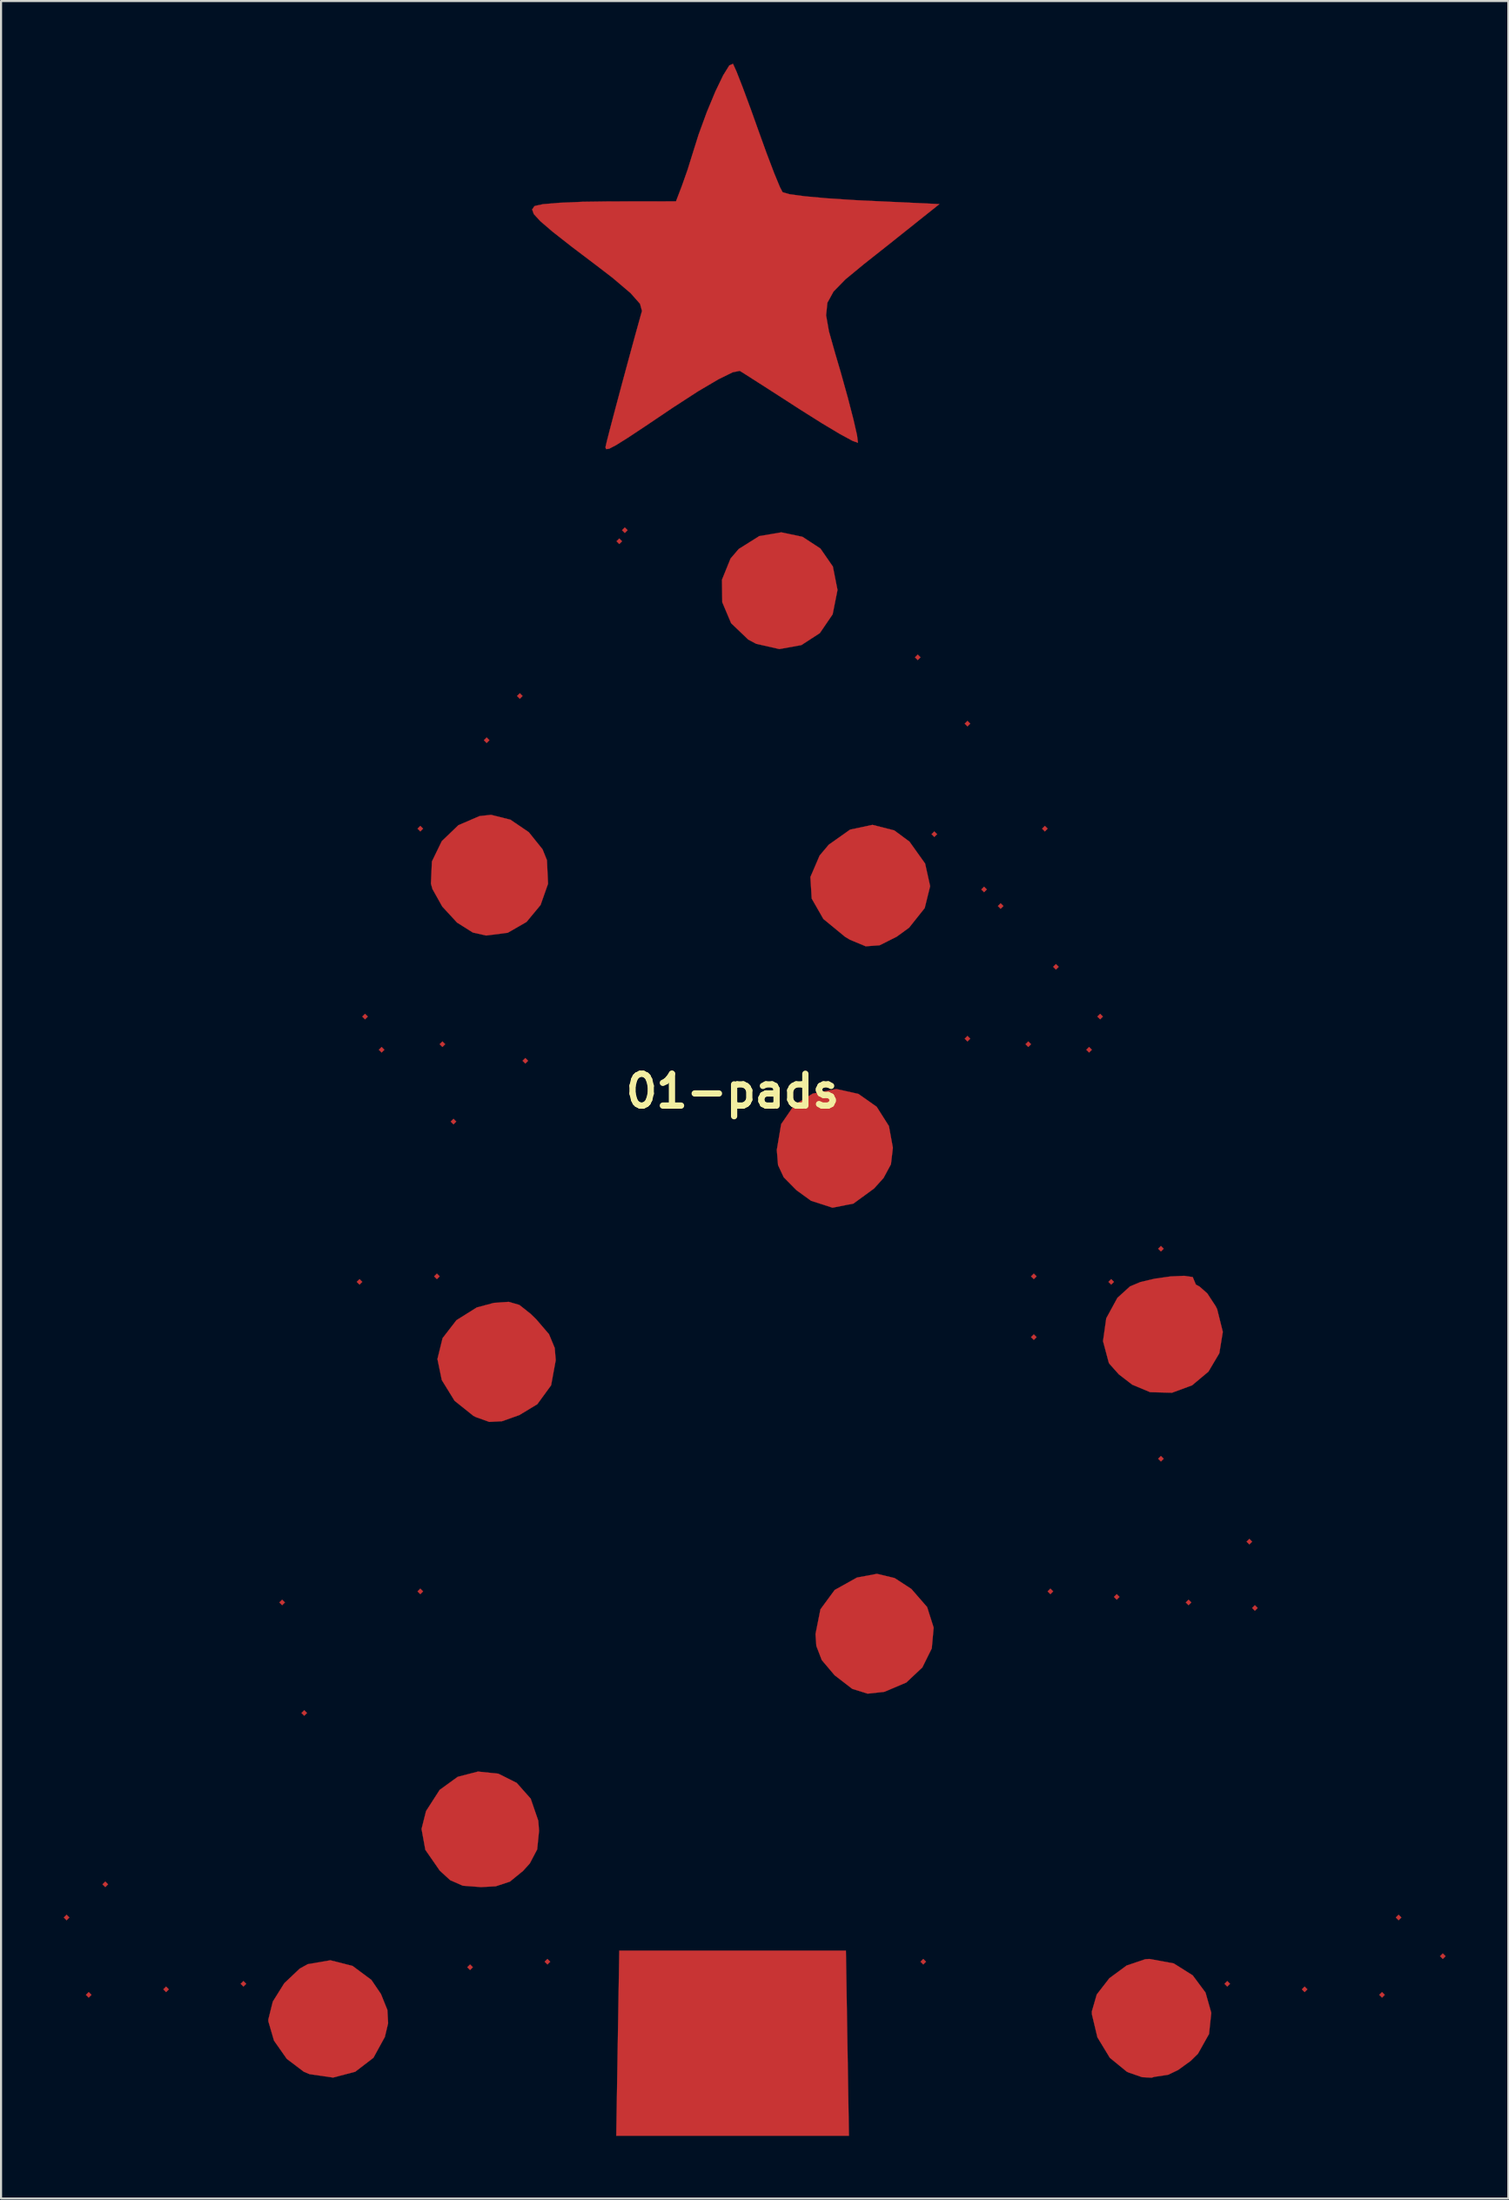
<source format=kicad_pcb>
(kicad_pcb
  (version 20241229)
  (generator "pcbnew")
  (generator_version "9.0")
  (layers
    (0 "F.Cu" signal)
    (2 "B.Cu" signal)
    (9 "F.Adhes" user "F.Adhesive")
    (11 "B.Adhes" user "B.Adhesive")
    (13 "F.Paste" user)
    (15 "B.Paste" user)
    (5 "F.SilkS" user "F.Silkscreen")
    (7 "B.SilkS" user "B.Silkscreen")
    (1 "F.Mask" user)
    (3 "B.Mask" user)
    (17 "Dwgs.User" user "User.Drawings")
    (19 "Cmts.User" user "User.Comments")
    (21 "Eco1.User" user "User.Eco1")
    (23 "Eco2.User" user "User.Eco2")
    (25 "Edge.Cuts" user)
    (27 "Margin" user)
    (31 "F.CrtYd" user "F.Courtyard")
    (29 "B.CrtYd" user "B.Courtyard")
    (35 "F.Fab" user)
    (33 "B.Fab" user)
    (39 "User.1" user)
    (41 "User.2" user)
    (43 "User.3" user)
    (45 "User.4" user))
  (footprint "01-pads"
    (layer "F.Cu")
    (at 32.02 49.186)
    (property "Reference" "01-pads" (at 0 0 0) (layer "F.SilkS") (effects (font (size 1.524 1.524) (thickness 0.3))))
    (attr through_hole)
    (fp_poly (pts (xy -31.75 39.555) (xy -31.882 39.688) (xy -32.015 39.555) (xy -31.882 39.423) (xy -31.75 39.555)) (stroke (width 0.01) (type solid)) (fill yes) (layer "F.Cu"))
    (fp_poly (pts (xy -30.692 43.259) (xy -30.824 43.392) (xy -30.956 43.259) (xy -30.824 43.127) (xy -30.692 43.259)) (stroke (width 0.01) (type solid)) (fill yes) (layer "F.Cu"))
    (fp_poly (pts (xy -29.898 37.968) (xy -30.03 38.1) (xy -30.163 37.968) (xy -30.03 37.835) (xy -29.898 37.968)) (stroke (width 0.01) (type solid)) (fill yes) (layer "F.Cu"))
    (fp_poly (pts (xy -26.988 42.995) (xy -27.12 43.127) (xy -27.252 42.995) (xy -27.12 42.862) (xy -26.988 42.995)) (stroke (width 0.01) (type solid)) (fill yes) (layer "F.Cu"))
    (fp_poly (pts (xy -23.283 42.73) (xy -23.416 42.862) (xy -23.548 42.73) (xy -23.416 42.598) (xy -23.283 42.73)) (stroke (width 0.01) (type solid)) (fill yes) (layer "F.Cu"))
    (fp_poly (pts (xy -21.431 24.474) (xy -21.564 24.606) (xy -21.696 24.474) (xy -21.564 24.342) (xy -21.431 24.474)) (stroke (width 0.01) (type solid)) (fill yes) (layer "F.Cu"))
    (fp_poly (pts (xy -20.373 29.766) (xy -20.505 29.898) (xy -20.638 29.766) (xy -20.505 29.633) (xy -20.373 29.766)) (stroke (width 0.01) (type solid)) (fill yes) (layer "F.Cu"))
    (fp_poly (pts (xy -17.727 9.128) (xy -17.859 9.26) (xy -17.992 9.128) (xy -17.859 8.996) (xy -17.727 9.128)) (stroke (width 0.01) (type solid)) (fill yes) (layer "F.Cu"))
    (fp_poly (pts (xy -17.462 -3.572) (xy -17.595 -3.44) (xy -17.727 -3.572) (xy -17.595 -3.704) (xy -17.462 -3.572)) (stroke (width 0.01) (type solid)) (fill yes) (layer "F.Cu"))
    (fp_poly (pts (xy -16.669 -1.984) (xy -16.801 -1.852) (xy -16.933 -1.984) (xy -16.801 -2.117) (xy -16.669 -1.984)) (stroke (width 0.01) (type solid)) (fill yes) (layer "F.Cu"))
    (fp_poly (pts (xy -14.817 -12.568) (xy -14.949 -12.435) (xy -15.081 -12.568) (xy -14.949 -12.7) (xy -14.817 -12.568)) (stroke (width 0.01) (type solid)) (fill yes) (layer "F.Cu"))
    (fp_poly (pts (xy -14.817 23.945) (xy -14.949 24.077) (xy -15.081 23.945) (xy -14.949 23.812) (xy -14.817 23.945)) (stroke (width 0.01) (type solid)) (fill yes) (layer "F.Cu"))
    (fp_poly (pts (xy -14.023 8.864) (xy -14.155 8.996) (xy -14.287 8.864) (xy -14.155 8.731) (xy -14.023 8.864)) (stroke (width 0.01) (type solid)) (fill yes) (layer "F.Cu"))
    (fp_poly (pts (xy -13.758 -2.249) (xy -13.891 -2.117) (xy -14.023 -2.249) (xy -13.891 -2.381) (xy -13.758 -2.249)) (stroke (width 0.01) (type solid)) (fill yes) (layer "F.Cu"))
    (fp_poly (pts (xy -13.229 1.455) (xy -13.361 1.587) (xy -13.494 1.455) (xy -13.361 1.323) (xy -13.229 1.455)) (stroke (width 0.01) (type solid)) (fill yes) (layer "F.Cu"))
    (fp_poly (pts (xy -12.435 41.936) (xy -12.568 42.069) (xy -12.7 41.936) (xy -12.568 41.804) (xy -12.435 41.936)) (stroke (width 0.01) (type solid)) (fill yes) (layer "F.Cu"))
    (fp_poly (pts (xy -11.642 -16.801) (xy -11.774 -16.669) (xy -11.906 -16.801) (xy -11.774 -16.933) (xy -11.642 -16.801)) (stroke (width 0.01) (type solid)) (fill yes) (layer "F.Cu"))
    (fp_poly (pts (xy -10.054 -18.918) (xy -10.186 -18.785) (xy -10.319 -18.918) (xy -10.186 -19.05) (xy -10.054 -18.918)) (stroke (width 0.01) (type solid)) (fill yes) (layer "F.Cu"))
    (fp_poly (pts (xy -9.79 -1.455) (xy -9.922 -1.323) (xy -10.054 -1.455) (xy -9.922 -1.587) (xy -9.79 -1.455)) (stroke (width 0.01) (type solid)) (fill yes) (layer "F.Cu"))
    (fp_poly (pts (xy -8.731 41.672) (xy -8.864 41.804) (xy -8.996 41.672) (xy -8.864 41.54) (xy -8.731 41.672)) (stroke (width 0.01) (type solid)) (fill yes) (layer "F.Cu"))
    (fp_poly (pts (xy -5.292 -26.326) (xy -5.424 -26.194) (xy -5.556 -26.326) (xy -5.424 -26.458) (xy -5.292 -26.326)) (stroke (width 0.01) (type solid)) (fill yes) (layer "F.Cu"))
    (fp_poly (pts (xy -5.027 -26.855) (xy -5.159 -26.723) (xy -5.292 -26.855) (xy -5.159 -26.988) (xy -5.027 -26.855)) (stroke (width 0.01) (type solid)) (fill yes) (layer "F.Cu"))
    (fp_poly (pts (xy 5.569 50.006) (xy -5.569 50.006) (xy -5.424 41.143) (xy 5.424 41.143) (xy 5.569 50.006)) (stroke (width 0.01) (type solid)) (fill yes) (layer "F.Cu"))
    (fp_poly (pts (xy 8.996 -20.77) (xy 8.864 -20.638) (xy 8.731 -20.77) (xy 8.864 -20.902) (xy 8.996 -20.77)) (stroke (width 0.01) (type solid)) (fill yes) (layer "F.Cu"))
    (fp_poly (pts (xy 9.26 41.672) (xy 9.128 41.804) (xy 8.996 41.672) (xy 9.128 41.54) (xy 9.26 41.672)) (stroke (width 0.01) (type solid)) (fill yes) (layer "F.Cu"))
    (fp_poly (pts (xy 9.79 -12.303) (xy 9.657 -12.171) (xy 9.525 -12.303) (xy 9.657 -12.435) (xy 9.79 -12.303)) (stroke (width 0.01) (type solid)) (fill yes) (layer "F.Cu"))
    (fp_poly (pts (xy 11.377 -17.595) (xy 11.245 -17.463) (xy 11.113 -17.595) (xy 11.245 -17.727) (xy 11.377 -17.595)) (stroke (width 0.01) (type solid)) (fill yes) (layer "F.Cu"))
    (fp_poly (pts (xy 11.377 -2.514) (xy 11.245 -2.381) (xy 11.113 -2.514) (xy 11.245 -2.646) (xy 11.377 -2.514)) (stroke (width 0.01) (type solid)) (fill yes) (layer "F.Cu"))
    (fp_poly (pts (xy 12.171 -9.657) (xy 12.039 -9.525) (xy 11.906 -9.657) (xy 12.039 -9.79) (xy 12.171 -9.657)) (stroke (width 0.01) (type solid)) (fill yes) (layer "F.Cu"))
    (fp_poly (pts (xy 12.965 -8.864) (xy 12.832 -8.731) (xy 12.7 -8.864) (xy 12.832 -8.996) (xy 12.965 -8.864)) (stroke (width 0.01) (type solid)) (fill yes) (layer "F.Cu"))
    (fp_poly (pts (xy 14.287 -2.249) (xy 14.155 -2.117) (xy 14.023 -2.249) (xy 14.155 -2.381) (xy 14.287 -2.249)) (stroke (width 0.01) (type solid)) (fill yes) (layer "F.Cu"))
    (fp_poly (pts (xy 14.552 8.864) (xy 14.42 8.996) (xy 14.287 8.864) (xy 14.42 8.731) (xy 14.552 8.864)) (stroke (width 0.01) (type solid)) (fill yes) (layer "F.Cu"))
    (fp_poly (pts (xy 14.552 11.774) (xy 14.42 11.906) (xy 14.287 11.774) (xy 14.42 11.642) (xy 14.552 11.774)) (stroke (width 0.01) (type solid)) (fill yes) (layer "F.Cu"))
    (fp_poly (pts (xy 15.081 -12.568) (xy 14.949 -12.435) (xy 14.817 -12.568) (xy 14.949 -12.7) (xy 15.081 -12.568)) (stroke (width 0.01) (type solid)) (fill yes) (layer "F.Cu"))
    (fp_poly (pts (xy 15.346 23.945) (xy 15.214 24.077) (xy 15.081 23.945) (xy 15.214 23.812) (xy 15.346 23.945)) (stroke (width 0.01) (type solid)) (fill yes) (layer "F.Cu"))
    (fp_poly (pts (xy 15.61 -5.953) (xy 15.478 -5.821) (xy 15.346 -5.953) (xy 15.478 -6.085) (xy 15.61 -5.953)) (stroke (width 0.01) (type solid)) (fill yes) (layer "F.Cu"))
    (fp_poly (pts (xy 17.198 -1.984) (xy 17.066 -1.852) (xy 16.933 -1.984) (xy 17.066 -2.117) (xy 17.198 -1.984)) (stroke (width 0.01) (type solid)) (fill yes) (layer "F.Cu"))
    (fp_poly (pts (xy 17.727 -3.572) (xy 17.595 -3.44) (xy 17.462 -3.572) (xy 17.595 -3.704) (xy 17.727 -3.572)) (stroke (width 0.01) (type solid)) (fill yes) (layer "F.Cu"))
    (fp_poly (pts (xy 18.256 9.128) (xy 18.124 9.26) (xy 17.992 9.128) (xy 18.124 8.996) (xy 18.256 9.128)) (stroke (width 0.01) (type solid)) (fill yes) (layer "F.Cu"))
    (fp_poly (pts (xy 18.521 24.209) (xy 18.389 24.342) (xy 18.256 24.209) (xy 18.389 24.077) (xy 18.521 24.209)) (stroke (width 0.01) (type solid)) (fill yes) (layer "F.Cu"))
    (fp_poly (pts (xy 20.637 7.541) (xy 20.505 7.673) (xy 20.373 7.541) (xy 20.505 7.408) (xy 20.637 7.541)) (stroke (width 0.01) (type solid)) (fill yes) (layer "F.Cu"))
    (fp_poly (pts (xy 20.637 17.595) (xy 20.505 17.727) (xy 20.373 17.595) (xy 20.505 17.462) (xy 20.637 17.595)) (stroke (width 0.01) (type solid)) (fill yes) (layer "F.Cu"))
    (fp_poly (pts (xy 21.96 24.474) (xy 21.828 24.606) (xy 21.696 24.474) (xy 21.828 24.342) (xy 21.96 24.474)) (stroke (width 0.01) (type solid)) (fill yes) (layer "F.Cu"))
    (fp_poly (pts (xy 23.812 42.73) (xy 23.68 42.862) (xy 23.548 42.73) (xy 23.68 42.598) (xy 23.812 42.73)) (stroke (width 0.01) (type solid)) (fill yes) (layer "F.Cu"))
    (fp_poly (pts (xy 24.871 21.564) (xy 24.739 21.696) (xy 24.606 21.564) (xy 24.739 21.431) (xy 24.871 21.564)) (stroke (width 0.01) (type solid)) (fill yes) (layer "F.Cu"))
    (fp_poly (pts (xy 25.135 24.739) (xy 25.003 24.871) (xy 24.871 24.739) (xy 25.003 24.606) (xy 25.135 24.739)) (stroke (width 0.01) (type solid)) (fill yes) (layer "F.Cu"))
    (fp_poly (pts (xy 27.517 42.995) (xy 27.384 43.127) (xy 27.252 42.995) (xy 27.384 42.862) (xy 27.517 42.995)) (stroke (width 0.01) (type solid)) (fill yes) (layer "F.Cu"))
    (fp_poly (pts (xy 31.221 43.259) (xy 31.089 43.392) (xy 30.956 43.259) (xy 31.089 43.127) (xy 31.221 43.259)) (stroke (width 0.01) (type solid)) (fill yes) (layer "F.Cu"))
    (fp_poly (pts (xy 32.015 39.555) (xy 31.882 39.688) (xy 31.75 39.555) (xy 31.882 39.423) (xy 32.015 39.555)) (stroke (width 0.01) (type solid)) (fill yes) (layer "F.Cu"))
    (fp_poly (pts (xy 34.131 41.407) (xy 33.999 41.54) (xy 33.867 41.407) (xy 33.999 41.275) (xy 34.131 41.407)) (stroke (width 0.01) (type solid)) (fill yes) (layer "F.Cu"))
    (fp_poly (pts (xy 3.344 -26.539) (xy 4.204 -25.978) (xy 4.8 -25.116) (xy 5.021 -24) (xy 5.021 -23.991) (xy 4.789 -22.827) (xy 4.177 -21.929) (xy 3.292 -21.355) (xy 2.24 -21.165) (xy 1.129 -21.417) (xy 0.748 -21.62) (xy -0.07 -22.403) (xy -0.494 -23.406) (xy -0.508 -24.484) (xy -0.098 -25.497) (xy 0.293 -25.955) (xy 1.277 -26.573) (xy 2.332 -26.752) (xy 3.344 -26.539)) (stroke (width 0.01) (type solid)) (fill yes) (layer "F.Cu"))
    (fp_poly (pts (xy 6.022 0.13) (xy 6.897 0.745) (xy 7.483 1.669) (xy 7.673 2.708) (xy 7.58 3.499) (xy 7.225 4.157) (xy 6.773 4.657) (xy 5.784 5.38) (xy 4.783 5.577) (xy 3.755 5.245) (xy 3.052 4.735) (xy 2.448 4.122) (xy 2.176 3.538) (xy 2.117 2.81) (xy 2.326 1.575) (xy 2.958 0.657) (xy 3.835 0.116) (xy 4.965 -0.105) (xy 6.022 0.13)) (stroke (width 0.01) (type solid)) (fill yes) (layer "F.Cu"))
    (fp_poly (pts (xy 7.74 -12.484) (xy 8.468 -11.946) (xy 9.216 -10.898) (xy 9.456 -9.815) (xy 9.197 -8.767) (xy 8.449 -7.827) (xy 7.857 -7.397) (xy 7.04 -6.986) (xy 6.374 -6.936) (xy 5.625 -7.247) (xy 5.389 -7.387) (xy 4.346 -8.245) (xy 3.788 -9.22) (xy 3.725 -10.252) (xy 4.167 -11.282) (xy 4.604 -11.8) (xy 5.623 -12.521) (xy 6.696 -12.75) (xy 7.74 -12.484)) (stroke (width 0.01) (type solid)) (fill yes) (layer "F.Cu"))
    (fp_poly (pts (xy -10.637 -12.997) (xy -9.756 -12.399) (xy -9.097 -11.579) (xy -8.888 -11.06) (xy -8.835 -9.93) (xy -9.192 -8.914) (xy -9.865 -8.102) (xy -10.763 -7.585) (xy -11.793 -7.452) (xy -12.435 -7.595) (xy -13.192 -8.073) (xy -13.898 -8.839) (xy -14.368 -9.678) (xy -14.44 -9.936) (xy -14.393 -10.998) (xy -13.921 -11.97) (xy -13.127 -12.733) (xy -12.113 -13.17) (xy -11.562 -13.229) (xy -10.637 -12.997)) (stroke (width 0.01) (type solid)) (fill yes) (layer "F.Cu"))
    (fp_poly (pts (xy 7.758 23.307) (xy 8.558 23.828) (xy 9.313 24.696) (xy 9.625 25.678) (xy 9.535 26.674) (xy 9.084 27.584) (xy 8.314 28.309) (xy 7.267 28.751) (xy 6.464 28.84) (xy 5.728 28.61) (xy 4.896 27.968) (xy 4.868 27.94) (xy 4.27 27.233) (xy 4.01 26.559) (xy 3.969 25.991) (xy 4.206 24.803) (xy 4.887 23.877) (xy 5.953 23.283) (xy 6.911 23.104) (xy 7.758 23.307)) (stroke (width 0.01) (type solid)) (fill yes) (layer "F.Cu"))
    (fp_poly (pts (xy -18.191 41.875) (xy -17.29 42.545) (xy -16.833 43.219) (xy -16.526 43.98) (xy -16.491 44.618) (xy -16.646 45.271) (xy -17.193 46.27) (xy -18.063 46.938) (xy -19.125 47.218) (xy -20.251 47.055) (xy -20.528 46.938) (xy -21.341 46.322) (xy -21.953 45.45) (xy -22.222 44.531) (xy -22.225 44.44) (xy -22.01 43.581) (xy -21.46 42.701) (xy -20.722 42.003) (xy -20.336 41.789) (xy -19.254 41.604) (xy -18.191 41.875)) (stroke (width 0.01) (type solid)) (fill yes) (layer "F.Cu"))
    (fp_poly (pts (xy -11.211 32.672) (xy -10.336 33.111) (xy -9.665 33.867) (xy -9.302 34.923) (xy -9.266 35.408) (xy -9.355 36.297) (xy -9.709 36.969) (xy -10.034 37.327) (xy -10.662 37.839) (xy -11.34 38.062) (xy -12.044 38.1) (xy -12.914 38.034) (xy -13.519 37.769) (xy -14.017 37.313) (xy -14.708 36.316) (xy -14.89 35.317) (xy -14.675 34.462) (xy -14.022 33.447) (xy -13.159 32.822) (xy -12.187 32.57) (xy -11.211 32.672)) (stroke (width 0.01) (type solid)) (fill yes) (layer "F.Cu"))
    (fp_poly (pts (xy -10.207 10.232) (xy -9.662 10.664) (xy -9.4 10.92) (xy -8.789 11.633) (xy -8.515 12.29) (xy -8.467 12.879) (xy -8.688 14.079) (xy -9.35 14.986) (xy -10.213 15.506) (xy -11.039 15.799) (xy -11.648 15.831) (xy -12.279 15.606) (xy -12.41 15.54) (xy -13.307 14.823) (xy -13.921 13.828) (xy -14.129 12.822) (xy -13.883 11.822) (xy -13.219 10.962) (xy -12.247 10.353) (xy -11.426 10.133) (xy -10.72 10.084) (xy -10.207 10.232)) (stroke (width 0.01) (type solid)) (fill yes) (layer "F.Cu"))
    (fp_poly (pts (xy 21.119 41.754) (xy 22.027 42.326) (xy 22.64 43.15) (xy 22.915 44.12) (xy 22.808 45.131) (xy 22.278 46.077) (xy 21.931 46.418) (xy 21.33 46.854) (xy 20.848 47.085) (xy 20.771 47.096) (xy 20.189 47.184) (xy 20.064 47.223) (xy 19.605 47.2) (xy 18.951 46.973) (xy 18.87 46.935) (xy 18.06 46.273) (xy 17.465 45.293) (xy 17.202 44.193) (xy 17.198 44.053) (xy 17.433 43.241) (xy 18.037 42.463) (xy 18.862 41.855) (xy 19.759 41.552) (xy 19.959 41.54) (xy 21.119 41.754)) (stroke (width 0.01) (type solid)) (fill yes) (layer "F.Cu"))
    (fp_poly (pts (xy 22.028 8.898) (xy 22.078 9.02) (xy 22.177 9.256) (xy 22.359 9.357) (xy 22.725 9.681) (xy 23.123 10.289) (xy 23.196 10.434) (xy 23.468 11.522) (xy 23.3 12.545) (xy 22.78 13.424) (xy 21.996 14.08) (xy 21.037 14.434) (xy 19.991 14.408) (xy 19.133 14.05) (xy 18.49 13.555) (xy 18.038 13.048) (xy 18.009 12.996) (xy 17.733 11.964) (xy 17.887 10.873) (xy 18.422 9.892) (xy 19.025 9.345) (xy 19.517 9.138) (xy 20.214 8.974) (xy 20.965 8.868) (xy 21.62 8.838) (xy 22.028 8.898)) (stroke (width 0.01) (type solid)) (fill yes) (layer "F.Cu"))
    (fp_poly (pts (xy 0.02 -49.18) (xy 0.192 -48.798) (xy 0.491 -48.033) (xy 0.872 -47.004) (xy 1.215 -46.044) (xy 1.627 -44.902) (xy 1.991 -43.944) (xy 2.265 -43.281) (xy 2.394 -43.034) (xy 2.718 -42.94) (xy 3.469 -42.839) (xy 4.544 -42.741) (xy 5.841 -42.657) (xy 6.247 -42.637) (xy 9.9 -42.466) (xy 7.53 -40.576) (xy 6.29 -39.596) (xy 5.405 -38.866) (xy 4.834 -38.283) (xy 4.537 -37.743) (xy 4.476 -37.142) (xy 4.611 -36.377) (xy 4.902 -35.345) (xy 5.176 -34.414) (xy 5.519 -33.183) (xy 5.787 -32.146) (xy 5.956 -31.404) (xy 6.001 -31.055) (xy 5.996 -31.043) (xy 5.742 -31.132) (xy 5.138 -31.461) (xy 4.275 -31.976) (xy 3.27 -32.609) (xy 2.214 -33.29) (xy 1.306 -33.873) (xy 0.646 -34.294) (xy 0.345 -34.483) (xy 0.007 -34.416) (xy -0.685 -34.075) (xy -1.659 -33.501) (xy -2.843 -32.733) (xy -2.918 -32.683) (xy -4.156 -31.849) (xy -5.023 -31.275) (xy -5.584 -30.924) (xy -5.904 -30.757) (xy -6.05 -30.735) (xy -6.085 -30.82) (xy -6.085 -30.828) (xy -6.02 -31.11) (xy -5.846 -31.787) (xy -5.593 -32.745) (xy -5.292 -33.87) (xy -4.974 -35.046) (xy -4.67 -36.159) (xy -4.41 -37.095) (xy -4.337 -37.352) (xy -4.43 -37.692) (xy -4.885 -38.206) (xy -5.738 -38.931) (xy -6.405 -39.444) (xy -7.701 -40.426) (xy -8.619 -41.146) (xy -9.207 -41.651) (xy -9.516 -41.989) (xy -9.595 -42.208) (xy -9.494 -42.356) (xy -9.462 -42.378) (xy -9.079 -42.461) (xy -8.283 -42.529) (xy -7.191 -42.576) (xy -5.919 -42.594) (xy -2.71 -42.598) (xy -2.431 -43.326) (xy -2.15 -44.122) (xy -1.966 -44.715) (xy -1.628 -45.792) (xy -1.234 -46.87) (xy -0.827 -47.848) (xy -0.453 -48.627) (xy -0.156 -49.105) (xy 0.019 -49.181) (xy 0.02 -49.18)) (stroke (width 0.01) (type solid)) (fill yes) (layer "F.Cu")))
  (gr_rect
    (start -3 -3)
    (end 69.156 102.197)
    (stroke (width 0.1) (type default))
    (fill no)
    (layer "Edge.Cuts")))
</source>
